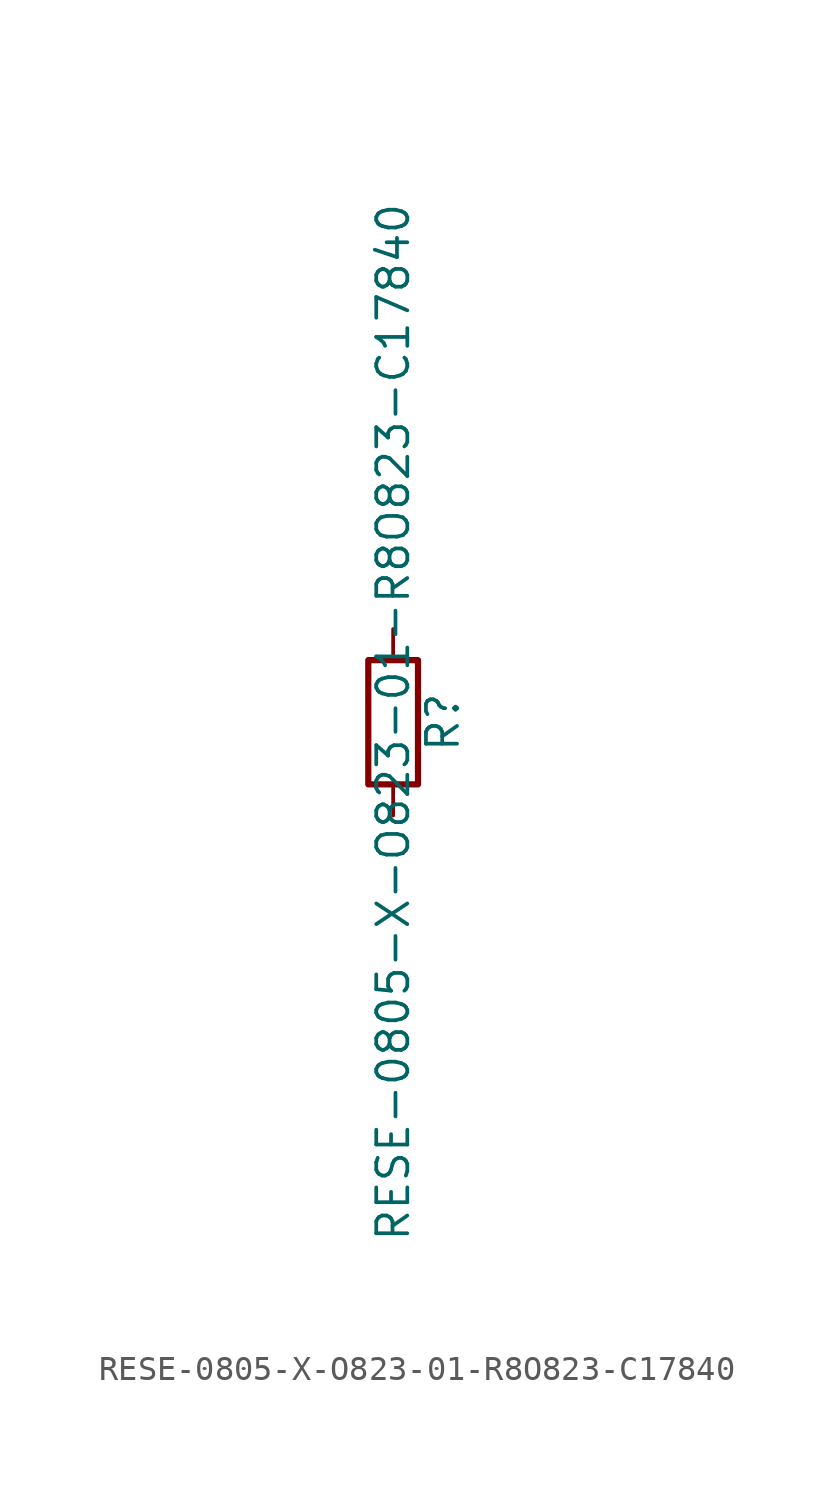
<source format=kicad_sym>
(kicad_symbol_lib
  (version 20211014)
  (generator kicad_symbol_editor)
  (symbol "RESE-0805-X-O823-01-R8O823-C17840"
    (pin_numbers hide)
    (pin_names
      (offset 0))
    (property "Reference" "R"
      (at 2.032 0 90)
      (effects (font (size 1.27 1.27))))
    (property "Value" "RESE-0805-X-O823-01-R8O823-C17840"
      (at 0 0 90)
      (effects (font (size 1.27 1.27))))
    (symbol "RESE-0805-X-O823-01-R8O823-C17840_0_1"
      (rectangle (start -1.016 -2.54) (end 1.016 2.54) (stroke (width 0.254) (type default) (color 0 0 0 0)) (fill (type none))))
    (symbol "RESE-0805-X-O823-01-R8O823-C17840_1_1"
      (pin passive line (at 0 3.81 270) (length 1.27) (name "~" (effects (font (size 1.27 1.27)))) (number "1" (effects (font (size 1.27 1.27)))))
      (pin passive line (at 0 -3.81 90) (length 1.27) (name "~" (effects (font (size 1.27 1.27)))) (number "2" (effects (font (size 1.27 1.27))))))))
</source>
